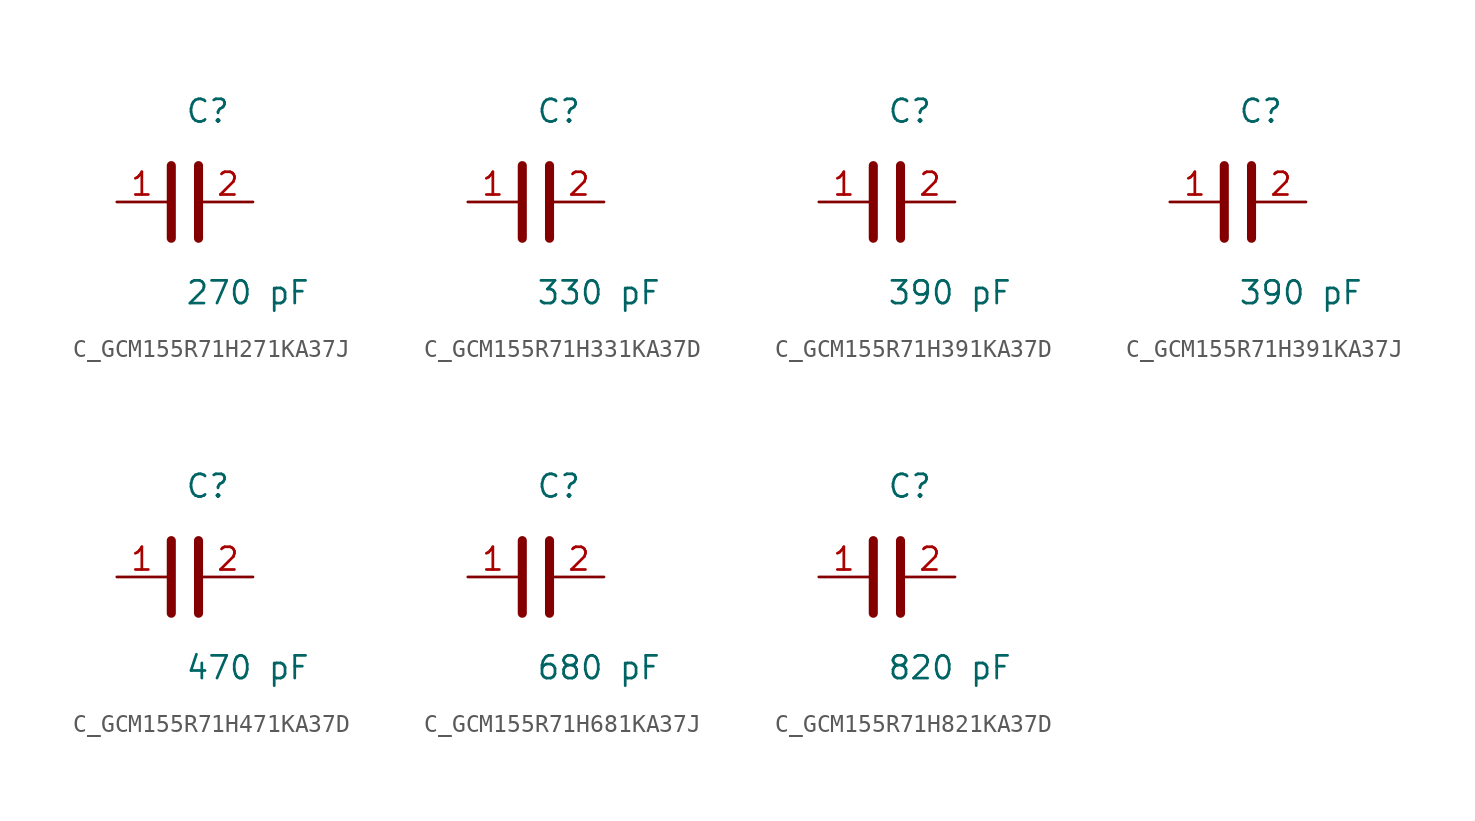
<source format=kicad_sym>
(kicad_symbol_lib
  (version 20231120)
  (generator kicad_symbol_editor)
  (generator_version 8.0)
  (symbol "C_GCM155R71H271KA37J"
    (pin_names
      (offset 0.254))
    (property "Reference" "C"
      (at 0 5.08 0)
      (effects (font (size 1.27 1.27)) (justify left)))
    (property "Value" "270 pF"
      (at 0 -5.08 0)
      (effects (font (size 1.27 1.27)) (justify left)))
    (symbol "C_GCM155R71H271KA37J_0_1"
      (polyline (pts (xy -0.762 -2.032) (xy -0.762 2.032)) (stroke (width 0.508) (type default)) (fill (type none)))
      (polyline (pts (xy 0.762 -2.032) (xy 0.762 2.032)) (stroke (width 0.508) (type default)) (fill (type none))))
    (pin unspecified line
      (at -3.81 0 0)
      (length 2.8)
      (name "" (effects (font (size 1.27 1.27))))
      (number "1" (effects (font (size 1.27 1.27)))))
    (pin unspecified line
      (at 3.81 0 180)
      (length 2.8)
      (name "" (effects (font (size 1.27 1.27))))
      (number "2" (effects (font (size 1.27 1.27))))))
  (symbol "C_GCM155R71H331KA37D"
    (pin_names
      (offset 0.254))
    (property "Reference" "C"
      (at 0 5.08 0)
      (effects (font (size 1.27 1.27)) (justify left)))
    (property "Value" "330 pF"
      (at 0 -5.08 0)
      (effects (font (size 1.27 1.27)) (justify left)))
    (symbol "C_GCM155R71H331KA37D_0_1"
      (polyline (pts (xy -0.762 -2.032) (xy -0.762 2.032)) (stroke (width 0.508) (type default)) (fill (type none)))
      (polyline (pts (xy 0.762 -2.032) (xy 0.762 2.032)) (stroke (width 0.508) (type default)) (fill (type none))))
    (pin unspecified line
      (at -3.81 0 0)
      (length 2.8)
      (name "" (effects (font (size 1.27 1.27))))
      (number "1" (effects (font (size 1.27 1.27)))))
    (pin unspecified line
      (at 3.81 0 180)
      (length 2.8)
      (name "" (effects (font (size 1.27 1.27))))
      (number "2" (effects (font (size 1.27 1.27))))))
  (symbol "C_GCM155R71H391KA37D"
    (pin_names
      (offset 0.254))
    (property "Reference" "C"
      (at 0 5.08 0)
      (effects (font (size 1.27 1.27)) (justify left)))
    (property "Value" "390 pF"
      (at 0 -5.08 0)
      (effects (font (size 1.27 1.27)) (justify left)))
    (symbol "C_GCM155R71H391KA37D_0_1"
      (polyline (pts (xy -0.762 -2.032) (xy -0.762 2.032)) (stroke (width 0.508) (type default)) (fill (type none)))
      (polyline (pts (xy 0.762 -2.032) (xy 0.762 2.032)) (stroke (width 0.508) (type default)) (fill (type none))))
    (pin unspecified line
      (at -3.81 0 0)
      (length 2.8)
      (name "" (effects (font (size 1.27 1.27))))
      (number "1" (effects (font (size 1.27 1.27)))))
    (pin unspecified line
      (at 3.81 0 180)
      (length 2.8)
      (name "" (effects (font (size 1.27 1.27))))
      (number "2" (effects (font (size 1.27 1.27))))))
  (symbol "C_GCM155R71H391KA37J"
    (pin_names
      (offset 0.254))
    (property "Reference" "C"
      (at 0 5.08 0)
      (effects (font (size 1.27 1.27)) (justify left)))
    (property "Value" "390 pF"
      (at 0 -5.08 0)
      (effects (font (size 1.27 1.27)) (justify left)))
    (symbol "C_GCM155R71H391KA37J_0_1"
      (polyline (pts (xy -0.762 -2.032) (xy -0.762 2.032)) (stroke (width 0.508) (type default)) (fill (type none)))
      (polyline (pts (xy 0.762 -2.032) (xy 0.762 2.032)) (stroke (width 0.508) (type default)) (fill (type none))))
    (pin unspecified line
      (at -3.81 0 0)
      (length 2.8)
      (name "" (effects (font (size 1.27 1.27))))
      (number "1" (effects (font (size 1.27 1.27)))))
    (pin unspecified line
      (at 3.81 0 180)
      (length 2.8)
      (name "" (effects (font (size 1.27 1.27))))
      (number "2" (effects (font (size 1.27 1.27))))))
  (symbol "C_GCM155R71H471KA37D"
    (pin_names
      (offset 0.254))
    (property "Reference" "C"
      (at 0 5.08 0)
      (effects (font (size 1.27 1.27)) (justify left)))
    (property "Value" "470 pF"
      (at 0 -5.08 0)
      (effects (font (size 1.27 1.27)) (justify left)))
    (symbol "C_GCM155R71H471KA37D_0_1"
      (polyline (pts (xy -0.762 -2.032) (xy -0.762 2.032)) (stroke (width 0.508) (type default)) (fill (type none)))
      (polyline (pts (xy 0.762 -2.032) (xy 0.762 2.032)) (stroke (width 0.508) (type default)) (fill (type none))))
    (pin unspecified line
      (at -3.81 0 0)
      (length 2.8)
      (name "" (effects (font (size 1.27 1.27))))
      (number "1" (effects (font (size 1.27 1.27)))))
    (pin unspecified line
      (at 3.81 0 180)
      (length 2.8)
      (name "" (effects (font (size 1.27 1.27))))
      (number "2" (effects (font (size 1.27 1.27))))))
  (symbol "C_GCM155R71H681KA37J"
    (pin_names
      (offset 0.254))
    (property "Reference" "C"
      (at 0 5.08 0)
      (effects (font (size 1.27 1.27)) (justify left)))
    (property "Value" "680 pF"
      (at 0 -5.08 0)
      (effects (font (size 1.27 1.27)) (justify left)))
    (symbol "C_GCM155R71H681KA37J_0_1"
      (polyline (pts (xy -0.762 -2.032) (xy -0.762 2.032)) (stroke (width 0.508) (type default)) (fill (type none)))
      (polyline (pts (xy 0.762 -2.032) (xy 0.762 2.032)) (stroke (width 0.508) (type default)) (fill (type none))))
    (pin unspecified line
      (at -3.81 0 0)
      (length 2.8)
      (name "" (effects (font (size 1.27 1.27))))
      (number "1" (effects (font (size 1.27 1.27)))))
    (pin unspecified line
      (at 3.81 0 180)
      (length 2.8)
      (name "" (effects (font (size 1.27 1.27))))
      (number "2" (effects (font (size 1.27 1.27))))))
  (symbol "C_GCM155R71H821KA37D"
    (pin_names
      (offset 0.254))
    (property "Reference" "C"
      (at 0 5.08 0)
      (effects (font (size 1.27 1.27)) (justify left)))
    (property "Value" "820 pF"
      (at 0 -5.08 0)
      (effects (font (size 1.27 1.27)) (justify left)))
    (symbol "C_GCM155R71H821KA37D_0_1"
      (polyline (pts (xy -0.762 -2.032) (xy -0.762 2.032)) (stroke (width 0.508) (type default)) (fill (type none)))
      (polyline (pts (xy 0.762 -2.032) (xy 0.762 2.032)) (stroke (width 0.508) (type default)) (fill (type none))))
    (pin unspecified line
      (at -3.81 0 0)
      (length 2.8)
      (name "" (effects (font (size 1.27 1.27))))
      (number "1" (effects (font (size 1.27 1.27)))))
    (pin unspecified line
      (at 3.81 0 180)
      (length 2.8)
      (name "" (effects (font (size 1.27 1.27))))
      (number "2" (effects (font (size 1.27 1.27)))))))
</source>
